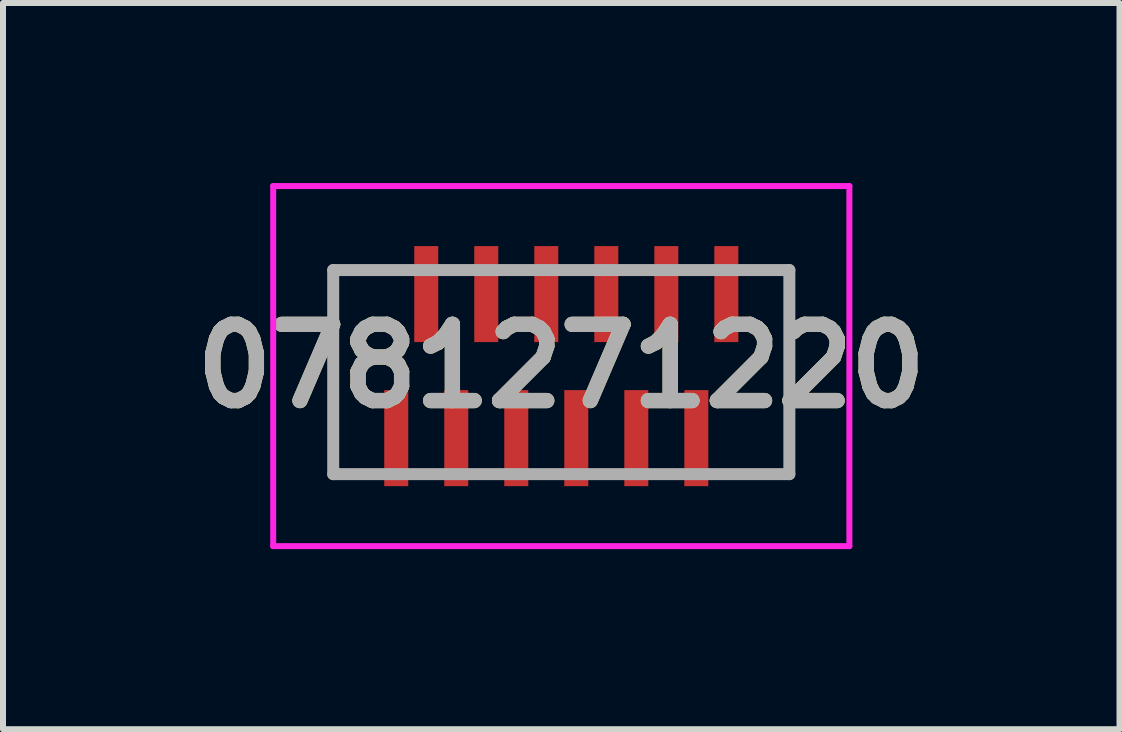
<source format=kicad_pcb>
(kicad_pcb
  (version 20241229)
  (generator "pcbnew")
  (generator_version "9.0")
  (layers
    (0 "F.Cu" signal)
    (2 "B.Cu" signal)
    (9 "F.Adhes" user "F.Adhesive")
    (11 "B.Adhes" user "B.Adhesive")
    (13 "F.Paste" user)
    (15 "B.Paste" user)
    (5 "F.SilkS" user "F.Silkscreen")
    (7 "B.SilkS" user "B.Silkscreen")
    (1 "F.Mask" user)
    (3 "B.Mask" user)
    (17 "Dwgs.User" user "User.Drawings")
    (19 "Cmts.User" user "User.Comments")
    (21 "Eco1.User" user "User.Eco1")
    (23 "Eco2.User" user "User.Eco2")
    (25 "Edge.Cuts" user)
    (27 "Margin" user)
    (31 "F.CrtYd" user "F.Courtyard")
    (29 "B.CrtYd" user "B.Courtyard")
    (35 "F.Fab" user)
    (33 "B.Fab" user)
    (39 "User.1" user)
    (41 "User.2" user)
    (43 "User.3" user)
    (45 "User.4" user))
  (footprint "0781271220"
    (layer "F.Cu")
    (at 6.552 1.45)
    (property "Reference" "0781271220" (at -0.25 1.6 0) (layer "F.SilkS") (effects (font (size 1.27 1.27) (thickness 0.254))))
    (attr smd)
    (fp_line (start -4.05 0) (end -4.05 3.4) (stroke (width 0.1) (type solid)) (layer "F.SilkS"))
    (fp_line (start -4.05 3.4) (end -3.5 3.4) (stroke (width 0.1) (type solid)) (layer "F.SilkS"))
    (fp_line (start -3 0) (end -4.05 0) (stroke (width 0.1) (type solid)) (layer "F.SilkS"))
    (fp_line (start 3 0) (end 3.55 0) (stroke (width 0.1) (type solid)) (layer "F.SilkS"))
    (fp_line (start 3.55 0) (end 3.55 3.4) (stroke (width 0.1) (type solid)) (layer "F.SilkS"))
    (fp_line (start 3.55 3.4) (end 2.5 3.4) (stroke (width 0.1) (type solid)) (layer "F.SilkS"))
    (fp_line (start -5.05 -1.4) (end 4.55 -1.4) (stroke (width 0.1) (type solid)) (layer "F.CrtYd"))
    (fp_line (start -5.05 4.6) (end -5.05 -1.4) (stroke (width 0.1) (type solid)) (layer "F.CrtYd"))
    (fp_line (start 4.55 -1.4) (end 4.55 4.6) (stroke (width 0.1) (type solid)) (layer "F.CrtYd"))
    (fp_line (start 4.55 4.6) (end -5.05 4.6) (stroke (width 0.1) (type solid)) (layer "F.CrtYd"))
    (fp_line (start -4.05 0) (end 3.55 0) (stroke (width 0.2) (type solid)) (layer "F.Fab"))
    (fp_line (start -4.05 3.4) (end -4.05 0) (stroke (width 0.2) (type solid)) (layer "F.Fab"))
    (fp_line (start 3.55 0) (end 3.55 3.4) (stroke (width 0.2) (type solid)) (layer "F.Fab"))
    (fp_line (start 3.55 3.4) (end -4.05 3.4) (stroke (width 0.2) (type solid)) (layer "F.Fab"))
    (fp_text user "${REFERENCE}" (at -0.25 1.6 0) (layer "F.Fab") (effects (font (size 1.27 1.27) (thickness 0.254))))
    (pad "1" smd rect (at -3 2.8) (size 0.4 1.6) (layers "F.Cu" "F.Mask" "F.Paste"))
    (pad "2" smd rect (at -2.5 0.4) (size 0.4 1.6) (layers "F.Cu" "F.Mask" "F.Paste"))
    (pad "3" smd rect (at -2 2.8) (size 0.4 1.6) (layers "F.Cu" "F.Mask" "F.Paste"))
    (pad "4" smd rect (at -1.5 0.4) (size 0.4 1.6) (layers "F.Cu" "F.Mask" "F.Paste"))
    (pad "5" smd rect (at -1 2.8) (size 0.4 1.6) (layers "F.Cu" "F.Mask" "F.Paste"))
    (pad "6" smd rect (at -0.5 0.4) (size 0.4 1.6) (layers "F.Cu" "F.Mask" "F.Paste"))
    (pad "7" smd rect (at 0 2.8) (size 0.4 1.6) (layers "F.Cu" "F.Mask" "F.Paste"))
    (pad "8" smd rect (at 0.5 0.4) (size 0.4 1.6) (layers "F.Cu" "F.Mask" "F.Paste"))
    (pad "9" smd rect (at 1 2.8) (size 0.4 1.6) (layers "F.Cu" "F.Mask" "F.Paste"))
    (pad "10" smd rect (at 1.5 0.4) (size 0.4 1.6) (layers "F.Cu" "F.Mask" "F.Paste"))
    (pad "11" smd rect (at 2 2.8) (size 0.4 1.6) (layers "F.Cu" "F.Mask" "F.Paste"))
    (pad "12" smd rect (at 2.5 0.4) (size 0.4 1.6) (layers "F.Cu" "F.Mask" "F.Paste")))
  (gr_rect
    (start -3 -3)
    (end 15.603 9.1)
    (stroke (width 0.1) (type default))
    (fill no)
    (layer "Edge.Cuts")))
</source>
